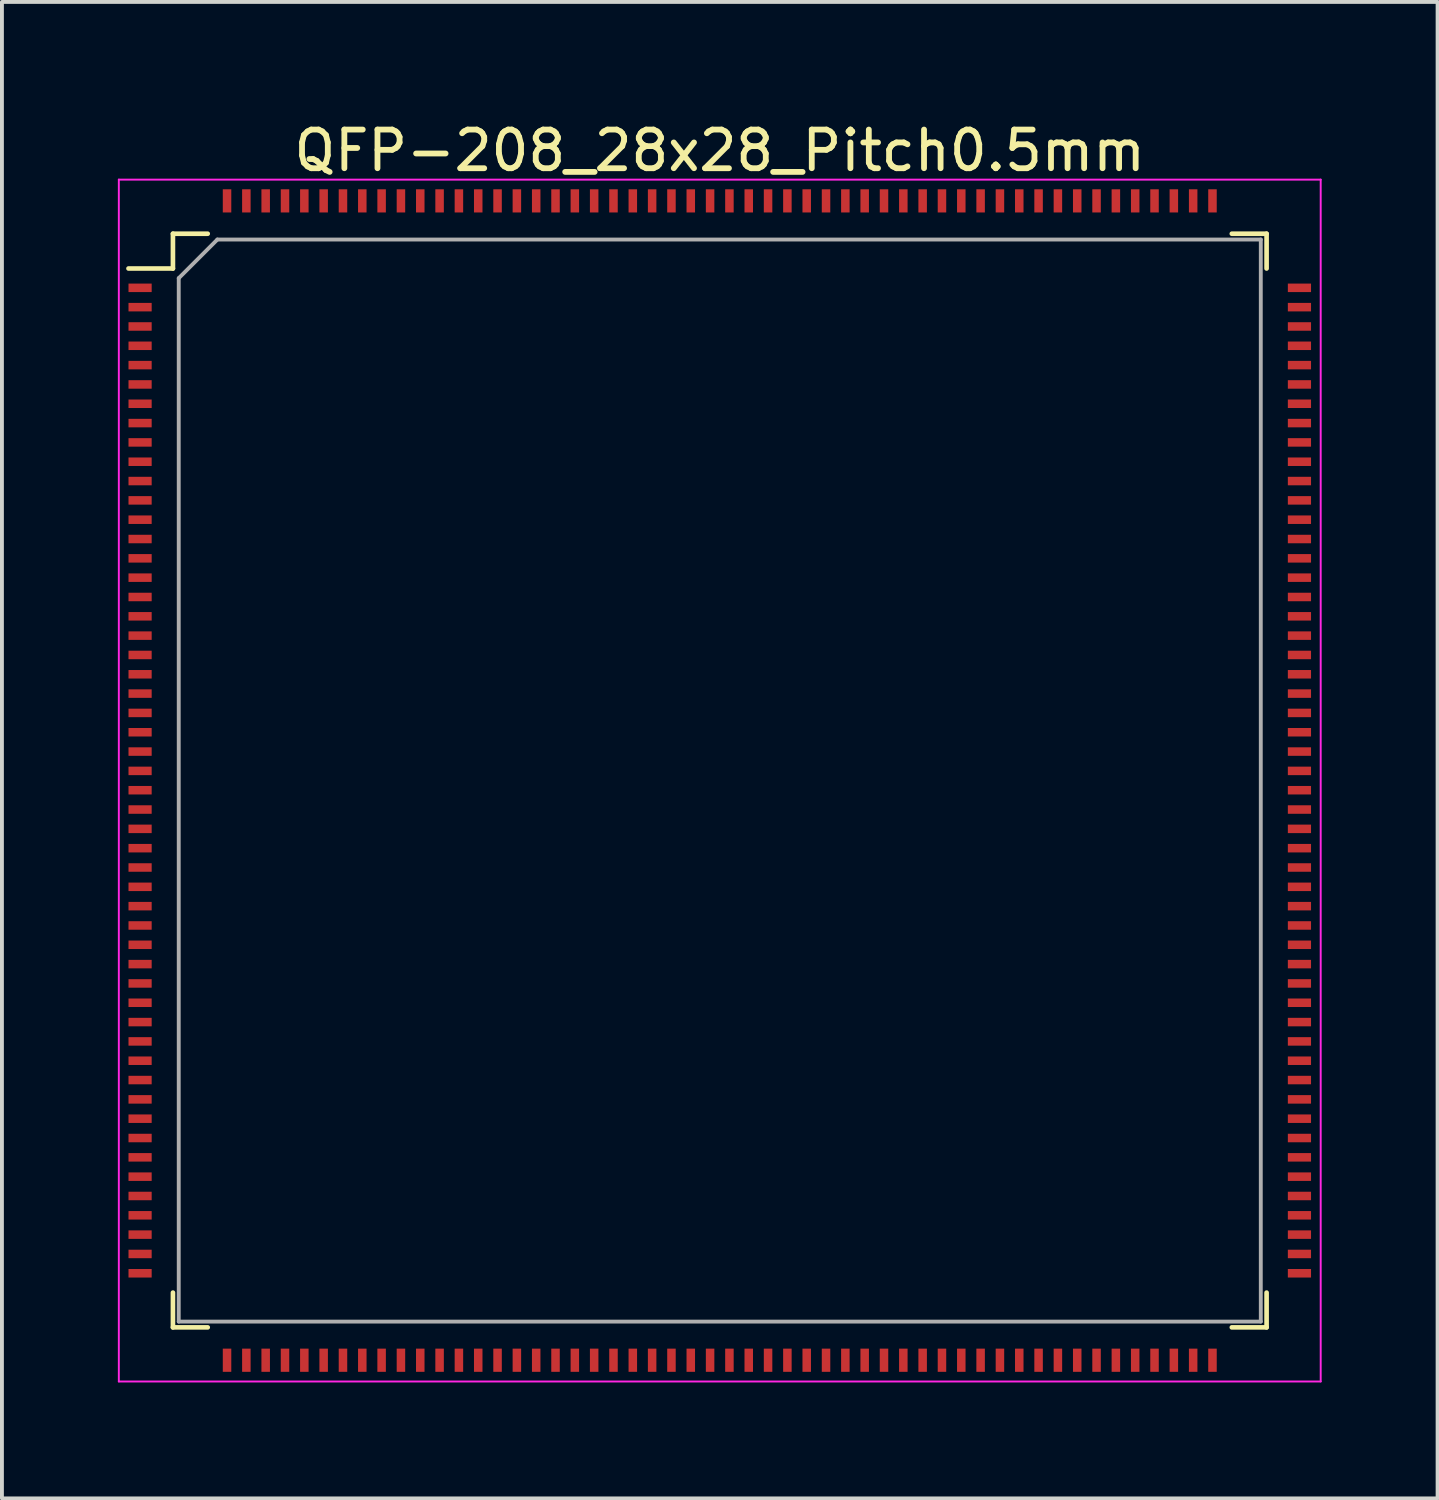
<source format=kicad_pcb>
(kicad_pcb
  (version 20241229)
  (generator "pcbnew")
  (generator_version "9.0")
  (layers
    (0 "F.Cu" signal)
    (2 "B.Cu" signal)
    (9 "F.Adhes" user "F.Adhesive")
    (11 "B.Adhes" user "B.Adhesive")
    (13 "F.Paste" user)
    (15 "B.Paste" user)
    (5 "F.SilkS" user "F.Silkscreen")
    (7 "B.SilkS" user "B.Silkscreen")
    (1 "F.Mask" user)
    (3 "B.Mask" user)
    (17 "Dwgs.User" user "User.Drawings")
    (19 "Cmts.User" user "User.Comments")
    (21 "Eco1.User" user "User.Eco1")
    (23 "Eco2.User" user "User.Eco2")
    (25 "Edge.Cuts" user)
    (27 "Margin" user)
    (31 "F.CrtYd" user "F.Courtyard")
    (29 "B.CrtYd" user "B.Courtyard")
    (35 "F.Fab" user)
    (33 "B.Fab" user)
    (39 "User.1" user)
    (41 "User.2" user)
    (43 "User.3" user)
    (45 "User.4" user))
  (footprint "QFP-208_28x28_Pitch0.5mm"
    (layer "F.Cu")
    (at 15.575 17.148)
    (property "Reference" "QFP-208_28x28_Pitch0.5mm" (at 0 -16.3 0) (layer "F.SilkS") (effects (font (size 1 1) (thickness 0.15))))
    (attr through_hole)
    (fp_line (start -14.15 -14.15) (end -14.15 -13.25) (stroke (width 0.12) (type solid)) (layer "F.SilkS"))
    (fp_line (start -14.15 -13.25) (end -15.3 -13.25) (stroke (width 0.12) (type solid)) (layer "F.SilkS"))
    (fp_line (start -14.15 14.15) (end -14.15 13.25) (stroke (width 0.12) (type solid)) (layer "F.SilkS"))
    (fp_line (start -13.25 -14.15) (end -14.15 -14.15) (stroke (width 0.12) (type solid)) (layer "F.SilkS"))
    (fp_line (start -13.25 14.15) (end -14.15 14.15) (stroke (width 0.12) (type solid)) (layer "F.SilkS"))
    (fp_line (start 13.25 -14.15) (end 14.15 -14.15) (stroke (width 0.12) (type solid)) (layer "F.SilkS"))
    (fp_line (start 13.25 14.15) (end 14.15 14.15) (stroke (width 0.12) (type solid)) (layer "F.SilkS"))
    (fp_line (start 14.15 -14.15) (end 14.15 -13.25) (stroke (width 0.12) (type solid)) (layer "F.SilkS"))
    (fp_line (start 14.15 14.15) (end 14.15 13.25) (stroke (width 0.12) (type solid)) (layer "F.SilkS"))
    (fp_line (start -15.55 -15.55) (end 15.55 -15.55) (stroke (width 0.05) (type solid)) (layer "F.CrtYd"))
    (fp_line (start -15.55 15.55) (end -15.55 -15.55) (stroke (width 0.05) (type solid)) (layer "F.CrtYd"))
    (fp_line (start 15.55 -15.55) (end 15.55 15.55) (stroke (width 0.05) (type solid)) (layer "F.CrtYd"))
    (fp_line (start 15.55 15.55) (end -15.55 15.55) (stroke (width 0.05) (type solid)) (layer "F.CrtYd"))
    (fp_line (start -14 -13) (end -14 14) (stroke (width 0.1) (type solid)) (layer "F.Fab"))
    (fp_line (start -14 14) (end 14 14) (stroke (width 0.1) (type solid)) (layer "F.Fab"))
    (fp_line (start -13 -14) (end -14 -13) (stroke (width 0.1) (type solid)) (layer "F.Fab"))
    (fp_line (start 14 -14) (end -13 -14) (stroke (width 0.1) (type solid)) (layer "F.Fab"))
    (fp_line (start 14 14) (end 14 -14) (stroke (width 0.1) (type solid)) (layer "F.Fab"))
    (pad "1" smd rect (at -15 -12.75 90) (size 0.22 0.6) (layers "F.Cu" "F.Mask" "F.Paste"))
    (pad "2" smd rect (at -15 -12.25 90) (size 0.22 0.6) (layers "F.Cu" "F.Mask" "F.Paste"))
    (pad "3" smd rect (at -15 -11.75 90) (size 0.22 0.6) (layers "F.Cu" "F.Mask" "F.Paste"))
    (pad "4" smd rect (at -15 -11.25 90) (size 0.22 0.6) (layers "F.Cu" "F.Mask" "F.Paste"))
    (pad "5" smd rect (at -15 -10.75 90) (size 0.22 0.6) (layers "F.Cu" "F.Mask" "F.Paste"))
    (pad "6" smd rect (at -15 -10.25 90) (size 0.22 0.6) (layers "F.Cu" "F.Mask" "F.Paste"))
    (pad "7" smd rect (at -15 -9.75 90) (size 0.22 0.6) (layers "F.Cu" "F.Mask" "F.Paste"))
    (pad "8" smd rect (at -15 -9.25 90) (size 0.22 0.6) (layers "F.Cu" "F.Mask" "F.Paste"))
    (pad "9" smd rect (at -15 -8.75 90) (size 0.22 0.6) (layers "F.Cu" "F.Mask" "F.Paste"))
    (pad "10" smd rect (at -15 -8.25 90) (size 0.22 0.6) (layers "F.Cu" "F.Mask" "F.Paste"))
    (pad "11" smd rect (at -15 -7.75 90) (size 0.22 0.6) (layers "F.Cu" "F.Mask" "F.Paste"))
    (pad "12" smd rect (at -15 -7.25 90) (size 0.22 0.6) (layers "F.Cu" "F.Mask" "F.Paste"))
    (pad "13" smd rect (at -15 -6.75 90) (size 0.22 0.6) (layers "F.Cu" "F.Mask" "F.Paste"))
    (pad "14" smd rect (at -15 -6.25 90) (size 0.22 0.6) (layers "F.Cu" "F.Mask" "F.Paste"))
    (pad "15" smd rect (at -15 -5.75 90) (size 0.22 0.6) (layers "F.Cu" "F.Mask" "F.Paste"))
    (pad "16" smd rect (at -15 -5.25 90) (size 0.22 0.6) (layers "F.Cu" "F.Mask" "F.Paste"))
    (pad "17" smd rect (at -15 -4.75 90) (size 0.22 0.6) (layers "F.Cu" "F.Mask" "F.Paste"))
    (pad "18" smd rect (at -15 -4.25 90) (size 0.22 0.6) (layers "F.Cu" "F.Mask" "F.Paste"))
    (pad "19" smd rect (at -15 -3.75 90) (size 0.22 0.6) (layers "F.Cu" "F.Mask" "F.Paste"))
    (pad "20" smd rect (at -15 -3.25 90) (size 0.22 0.6) (layers "F.Cu" "F.Mask" "F.Paste"))
    (pad "21" smd rect (at -15 -2.75 90) (size 0.22 0.6) (layers "F.Cu" "F.Mask" "F.Paste"))
    (pad "22" smd rect (at -15 -2.25 90) (size 0.22 0.6) (layers "F.Cu" "F.Mask" "F.Paste"))
    (pad "23" smd rect (at -15 -1.75 90) (size 0.22 0.6) (layers "F.Cu" "F.Mask" "F.Paste"))
    (pad "24" smd rect (at -15 -1.25 90) (size 0.22 0.6) (layers "F.Cu" "F.Mask" "F.Paste"))
    (pad "25" smd rect (at -15 -0.75 90) (size 0.22 0.6) (layers "F.Cu" "F.Mask" "F.Paste"))
    (pad "26" smd rect (at -15 -0.25 90) (size 0.22 0.6) (layers "F.Cu" "F.Mask" "F.Paste"))
    (pad "27" smd rect (at -15 0.25 90) (size 0.22 0.6) (layers "F.Cu" "F.Mask" "F.Paste"))
    (pad "28" smd rect (at -15 0.75 90) (size 0.22 0.6) (layers "F.Cu" "F.Mask" "F.Paste"))
    (pad "29" smd rect (at -15 1.25 90) (size 0.22 0.6) (layers "F.Cu" "F.Mask" "F.Paste"))
    (pad "30" smd rect (at -15 1.75 90) (size 0.22 0.6) (layers "F.Cu" "F.Mask" "F.Paste"))
    (pad "31" smd rect (at -15 2.25 90) (size 0.22 0.6) (layers "F.Cu" "F.Mask" "F.Paste"))
    (pad "32" smd rect (at -15 2.75 90) (size 0.22 0.6) (layers "F.Cu" "F.Mask" "F.Paste"))
    (pad "33" smd rect (at -15 3.25 90) (size 0.22 0.6) (layers "F.Cu" "F.Mask" "F.Paste"))
    (pad "34" smd rect (at -15 3.75 90) (size 0.22 0.6) (layers "F.Cu" "F.Mask" "F.Paste"))
    (pad "35" smd rect (at -15 4.25 90) (size 0.22 0.6) (layers "F.Cu" "F.Mask" "F.Paste"))
    (pad "36" smd rect (at -15 4.75 90) (size 0.22 0.6) (layers "F.Cu" "F.Mask" "F.Paste"))
    (pad "37" smd rect (at -15 5.25 90) (size 0.22 0.6) (layers "F.Cu" "F.Mask" "F.Paste"))
    (pad "38" smd rect (at -15 5.75 90) (size 0.22 0.6) (layers "F.Cu" "F.Mask" "F.Paste"))
    (pad "39" smd rect (at -15 6.25 90) (size 0.22 0.6) (layers "F.Cu" "F.Mask" "F.Paste"))
    (pad "40" smd rect (at -15 6.75 90) (size 0.22 0.6) (layers "F.Cu" "F.Mask" "F.Paste"))
    (pad "41" smd rect (at -15 7.25 90) (size 0.22 0.6) (layers "F.Cu" "F.Mask" "F.Paste"))
    (pad "42" smd rect (at -15 7.75 90) (size 0.22 0.6) (layers "F.Cu" "F.Mask" "F.Paste"))
    (pad "43" smd rect (at -15 8.25 90) (size 0.22 0.6) (layers "F.Cu" "F.Mask" "F.Paste"))
    (pad "44" smd rect (at -15 8.75 90) (size 0.22 0.6) (layers "F.Cu" "F.Mask" "F.Paste"))
    (pad "45" smd rect (at -15 9.25 90) (size 0.22 0.6) (layers "F.Cu" "F.Mask" "F.Paste"))
    (pad "46" smd rect (at -15 9.75 90) (size 0.22 0.6) (layers "F.Cu" "F.Mask" "F.Paste"))
    (pad "47" smd rect (at -15 10.25 90) (size 0.22 0.6) (layers "F.Cu" "F.Mask" "F.Paste"))
    (pad "48" smd rect (at -15 10.75 90) (size 0.22 0.6) (layers "F.Cu" "F.Mask" "F.Paste"))
    (pad "49" smd rect (at -15 11.25 90) (size 0.22 0.6) (layers "F.Cu" "F.Mask" "F.Paste"))
    (pad "50" smd rect (at -15 11.75 90) (size 0.22 0.6) (layers "F.Cu" "F.Mask" "F.Paste"))
    (pad "51" smd rect (at -15 12.25 90) (size 0.22 0.6) (layers "F.Cu" "F.Mask" "F.Paste"))
    (pad "52" smd rect (at -15 12.75 90) (size 0.22 0.6) (layers "F.Cu" "F.Mask" "F.Paste"))
    (pad "53" smd rect (at -12.75 15) (size 0.22 0.6) (layers "F.Cu" "F.Mask" "F.Paste"))
    (pad "54" smd rect (at -12.25 15) (size 0.22 0.6) (layers "F.Cu" "F.Mask" "F.Paste"))
    (pad "55" smd rect (at -11.75 15) (size 0.22 0.6) (layers "F.Cu" "F.Mask" "F.Paste"))
    (pad "56" smd rect (at -11.25 15) (size 0.22 0.6) (layers "F.Cu" "F.Mask" "F.Paste"))
    (pad "57" smd rect (at -10.75 15) (size 0.22 0.6) (layers "F.Cu" "F.Mask" "F.Paste"))
    (pad "58" smd rect (at -10.25 15) (size 0.22 0.6) (layers "F.Cu" "F.Mask" "F.Paste"))
    (pad "59" smd rect (at -9.75 15) (size 0.22 0.6) (layers "F.Cu" "F.Mask" "F.Paste"))
    (pad "60" smd rect (at -9.25 15) (size 0.22 0.6) (layers "F.Cu" "F.Mask" "F.Paste"))
    (pad "61" smd rect (at -8.75 15) (size 0.22 0.6) (layers "F.Cu" "F.Mask" "F.Paste"))
    (pad "62" smd rect (at -8.25 15) (size 0.22 0.6) (layers "F.Cu" "F.Mask" "F.Paste"))
    (pad "63" smd rect (at -7.75 15) (size 0.22 0.6) (layers "F.Cu" "F.Mask" "F.Paste"))
    (pad "64" smd rect (at -7.25 15) (size 0.22 0.6) (layers "F.Cu" "F.Mask" "F.Paste"))
    (pad "65" smd rect (at -6.75 15) (size 0.22 0.6) (layers "F.Cu" "F.Mask" "F.Paste"))
    (pad "66" smd rect (at -6.25 15) (size 0.22 0.6) (layers "F.Cu" "F.Mask" "F.Paste"))
    (pad "67" smd rect (at -5.75 15) (size 0.22 0.6) (layers "F.Cu" "F.Mask" "F.Paste"))
    (pad "68" smd rect (at -5.25 15) (size 0.22 0.6) (layers "F.Cu" "F.Mask" "F.Paste"))
    (pad "69" smd rect (at -4.75 15) (size 0.22 0.6) (layers "F.Cu" "F.Mask" "F.Paste"))
    (pad "70" smd rect (at -4.25 15) (size 0.22 0.6) (layers "F.Cu" "F.Mask" "F.Paste"))
    (pad "71" smd rect (at -3.75 15) (size 0.22 0.6) (layers "F.Cu" "F.Mask" "F.Paste"))
    (pad "72" smd rect (at -3.25 15) (size 0.22 0.6) (layers "F.Cu" "F.Mask" "F.Paste"))
    (pad "73" smd rect (at -2.75 15) (size 0.22 0.6) (layers "F.Cu" "F.Mask" "F.Paste"))
    (pad "74" smd rect (at -2.25 15) (size 0.22 0.6) (layers "F.Cu" "F.Mask" "F.Paste"))
    (pad "75" smd rect (at -1.75 15) (size 0.22 0.6) (layers "F.Cu" "F.Mask" "F.Paste"))
    (pad "76" smd rect (at -1.25 15) (size 0.22 0.6) (layers "F.Cu" "F.Mask" "F.Paste"))
    (pad "77" smd rect (at -0.75 15) (size 0.22 0.6) (layers "F.Cu" "F.Mask" "F.Paste"))
    (pad "78" smd rect (at -0.25 15) (size 0.22 0.6) (layers "F.Cu" "F.Mask" "F.Paste"))
    (pad "79" smd rect (at 0.25 15) (size 0.22 0.6) (layers "F.Cu" "F.Mask" "F.Paste"))
    (pad "80" smd rect (at 0.75 15) (size 0.22 0.6) (layers "F.Cu" "F.Mask" "F.Paste"))
    (pad "81" smd rect (at 1.25 15) (size 0.22 0.6) (layers "F.Cu" "F.Mask" "F.Paste"))
    (pad "82" smd rect (at 1.75 15) (size 0.22 0.6) (layers "F.Cu" "F.Mask" "F.Paste"))
    (pad "83" smd rect (at 2.25 15) (size 0.22 0.6) (layers "F.Cu" "F.Mask" "F.Paste"))
    (pad "84" smd rect (at 2.75 15) (size 0.22 0.6) (layers "F.Cu" "F.Mask" "F.Paste"))
    (pad "85" smd rect (at 3.25 15) (size 0.22 0.6) (layers "F.Cu" "F.Mask" "F.Paste"))
    (pad "86" smd rect (at 3.75 15) (size 0.22 0.6) (layers "F.Cu" "F.Mask" "F.Paste"))
    (pad "87" smd rect (at 4.25 15) (size 0.22 0.6) (layers "F.Cu" "F.Mask" "F.Paste"))
    (pad "88" smd rect (at 4.75 15) (size 0.22 0.6) (layers "F.Cu" "F.Mask" "F.Paste"))
    (pad "89" smd rect (at 5.25 15) (size 0.22 0.6) (layers "F.Cu" "F.Mask" "F.Paste"))
    (pad "90" smd rect (at 5.75 15) (size 0.22 0.6) (layers "F.Cu" "F.Mask" "F.Paste"))
    (pad "91" smd rect (at 6.25 15) (size 0.22 0.6) (layers "F.Cu" "F.Mask" "F.Paste"))
    (pad "92" smd rect (at 6.75 15) (size 0.22 0.6) (layers "F.Cu" "F.Mask" "F.Paste"))
    (pad "93" smd rect (at 7.25 15) (size 0.22 0.6) (layers "F.Cu" "F.Mask" "F.Paste"))
    (pad "94" smd rect (at 7.75 15) (size 0.22 0.6) (layers "F.Cu" "F.Mask" "F.Paste"))
    (pad "95" smd rect (at 8.25 15) (size 0.22 0.6) (layers "F.Cu" "F.Mask" "F.Paste"))
    (pad "96" smd rect (at 8.75 15) (size 0.22 0.6) (layers "F.Cu" "F.Mask" "F.Paste"))
    (pad "97" smd rect (at 9.25 15) (size 0.22 0.6) (layers "F.Cu" "F.Mask" "F.Paste"))
    (pad "98" smd rect (at 9.75 15) (size 0.22 0.6) (layers "F.Cu" "F.Mask" "F.Paste"))
    (pad "99" smd rect (at 10.25 15) (size 0.22 0.6) (layers "F.Cu" "F.Mask" "F.Paste"))
    (pad "100" smd rect (at 10.75 15) (size 0.22 0.6) (layers "F.Cu" "F.Mask" "F.Paste"))
    (pad "101" smd rect (at 11.25 15) (size 0.22 0.6) (layers "F.Cu" "F.Mask" "F.Paste"))
    (pad "102" smd rect (at 11.75 15) (size 0.22 0.6) (layers "F.Cu" "F.Mask" "F.Paste"))
    (pad "103" smd rect (at 12.25 15) (size 0.22 0.6) (layers "F.Cu" "F.Mask" "F.Paste"))
    (pad "104" smd rect (at 12.75 15) (size 0.22 0.6) (layers "F.Cu" "F.Mask" "F.Paste"))
    (pad "105" smd rect (at 15 12.75 90) (size 0.22 0.6) (layers "F.Cu" "F.Mask" "F.Paste"))
    (pad "106" smd rect (at 15 12.25 90) (size 0.22 0.6) (layers "F.Cu" "F.Mask" "F.Paste"))
    (pad "107" smd rect (at 15 11.75 90) (size 0.22 0.6) (layers "F.Cu" "F.Mask" "F.Paste"))
    (pad "108" smd rect (at 15 11.25 90) (size 0.22 0.6) (layers "F.Cu" "F.Mask" "F.Paste"))
    (pad "109" smd rect (at 15 10.75 90) (size 0.22 0.6) (layers "F.Cu" "F.Mask" "F.Paste"))
    (pad "110" smd rect (at 15 10.25 90) (size 0.22 0.6) (layers "F.Cu" "F.Mask" "F.Paste"))
    (pad "111" smd rect (at 15 9.75 90) (size 0.22 0.6) (layers "F.Cu" "F.Mask" "F.Paste"))
    (pad "112" smd rect (at 15 9.25 90) (size 0.22 0.6) (layers "F.Cu" "F.Mask" "F.Paste"))
    (pad "113" smd rect (at 15 8.75 90) (size 0.22 0.6) (layers "F.Cu" "F.Mask" "F.Paste"))
    (pad "114" smd rect (at 15 8.25 90) (size 0.22 0.6) (layers "F.Cu" "F.Mask" "F.Paste"))
    (pad "115" smd rect (at 15 7.75 90) (size 0.22 0.6) (layers "F.Cu" "F.Mask" "F.Paste"))
    (pad "116" smd rect (at 15 7.25 90) (size 0.22 0.6) (layers "F.Cu" "F.Mask" "F.Paste"))
    (pad "117" smd rect (at 15 6.75 90) (size 0.22 0.6) (layers "F.Cu" "F.Mask" "F.Paste"))
    (pad "118" smd rect (at 15 6.25 90) (size 0.22 0.6) (layers "F.Cu" "F.Mask" "F.Paste"))
    (pad "119" smd rect (at 15 5.75 90) (size 0.22 0.6) (layers "F.Cu" "F.Mask" "F.Paste"))
    (pad "120" smd rect (at 15 5.25 90) (size 0.22 0.6) (layers "F.Cu" "F.Mask" "F.Paste"))
    (pad "121" smd rect (at 15 4.75 90) (size 0.22 0.6) (layers "F.Cu" "F.Mask" "F.Paste"))
    (pad "122" smd rect (at 15 4.25 90) (size 0.22 0.6) (layers "F.Cu" "F.Mask" "F.Paste"))
    (pad "123" smd rect (at 15 3.75 90) (size 0.22 0.6) (layers "F.Cu" "F.Mask" "F.Paste"))
    (pad "124" smd rect (at 15 3.25 90) (size 0.22 0.6) (layers "F.Cu" "F.Mask" "F.Paste"))
    (pad "125" smd rect (at 15 2.75 90) (size 0.22 0.6) (layers "F.Cu" "F.Mask" "F.Paste"))
    (pad "126" smd rect (at 15 2.25 90) (size 0.22 0.6) (layers "F.Cu" "F.Mask" "F.Paste"))
    (pad "127" smd rect (at 15 1.75 90) (size 0.22 0.6) (layers "F.Cu" "F.Mask" "F.Paste"))
    (pad "128" smd rect (at 15 1.25 90) (size 0.22 0.6) (layers "F.Cu" "F.Mask" "F.Paste"))
    (pad "129" smd rect (at 15 0.75 90) (size 0.22 0.6) (layers "F.Cu" "F.Mask" "F.Paste"))
    (pad "130" smd rect (at 15 0.25 90) (size 0.22 0.6) (layers "F.Cu" "F.Mask" "F.Paste"))
    (pad "131" smd rect (at 15 -0.25 90) (size 0.22 0.6) (layers "F.Cu" "F.Mask" "F.Paste"))
    (pad "132" smd rect (at 15 -0.75 90) (size 0.22 0.6) (layers "F.Cu" "F.Mask" "F.Paste"))
    (pad "133" smd rect (at 15 -1.25 90) (size 0.22 0.6) (layers "F.Cu" "F.Mask" "F.Paste"))
    (pad "134" smd rect (at 15 -1.75 90) (size 0.22 0.6) (layers "F.Cu" "F.Mask" "F.Paste"))
    (pad "135" smd rect (at 15 -2.25 90) (size 0.22 0.6) (layers "F.Cu" "F.Mask" "F.Paste"))
    (pad "136" smd rect (at 15 -2.75 90) (size 0.22 0.6) (layers "F.Cu" "F.Mask" "F.Paste"))
    (pad "137" smd rect (at 15 -3.25 90) (size 0.22 0.6) (layers "F.Cu" "F.Mask" "F.Paste"))
    (pad "138" smd rect (at 15 -3.75 90) (size 0.22 0.6) (layers "F.Cu" "F.Mask" "F.Paste"))
    (pad "139" smd rect (at 15 -4.25 90) (size 0.22 0.6) (layers "F.Cu" "F.Mask" "F.Paste"))
    (pad "140" smd rect (at 15 -4.75 90) (size 0.22 0.6) (layers "F.Cu" "F.Mask" "F.Paste"))
    (pad "141" smd rect (at 15 -5.25 90) (size 0.22 0.6) (layers "F.Cu" "F.Mask" "F.Paste"))
    (pad "142" smd rect (at 15 -5.75 90) (size 0.22 0.6) (layers "F.Cu" "F.Mask" "F.Paste"))
    (pad "143" smd rect (at 15 -6.25 90) (size 0.22 0.6) (layers "F.Cu" "F.Mask" "F.Paste"))
    (pad "144" smd rect (at 15 -6.75 90) (size 0.22 0.6) (layers "F.Cu" "F.Mask" "F.Paste"))
    (pad "145" smd rect (at 15 -7.25 90) (size 0.22 0.6) (layers "F.Cu" "F.Mask" "F.Paste"))
    (pad "146" smd rect (at 15 -7.75 90) (size 0.22 0.6) (layers "F.Cu" "F.Mask" "F.Paste"))
    (pad "147" smd rect (at 15 -8.25 90) (size 0.22 0.6) (layers "F.Cu" "F.Mask" "F.Paste"))
    (pad "148" smd rect (at 15 -8.75 90) (size 0.22 0.6) (layers "F.Cu" "F.Mask" "F.Paste"))
    (pad "149" smd rect (at 15 -9.25 90) (size 0.22 0.6) (layers "F.Cu" "F.Mask" "F.Paste"))
    (pad "150" smd rect (at 15 -9.75 90) (size 0.22 0.6) (layers "F.Cu" "F.Mask" "F.Paste"))
    (pad "151" smd rect (at 15 -10.25 90) (size 0.22 0.6) (layers "F.Cu" "F.Mask" "F.Paste"))
    (pad "152" smd rect (at 15 -10.75 90) (size 0.22 0.6) (layers "F.Cu" "F.Mask" "F.Paste"))
    (pad "153" smd rect (at 15 -11.25 90) (size 0.22 0.6) (layers "F.Cu" "F.Mask" "F.Paste"))
    (pad "154" smd rect (at 15 -11.75 90) (size 0.22 0.6) (layers "F.Cu" "F.Mask" "F.Paste"))
    (pad "155" smd rect (at 15 -12.25 90) (size 0.22 0.6) (layers "F.Cu" "F.Mask" "F.Paste"))
    (pad "156" smd rect (at 15 -12.75 90) (size 0.22 0.6) (layers "F.Cu" "F.Mask" "F.Paste"))
    (pad "157" smd rect (at 12.75 -15) (size 0.22 0.6) (layers "F.Cu" "F.Mask" "F.Paste"))
    (pad "158" smd rect (at 12.25 -15) (size 0.22 0.6) (layers "F.Cu" "F.Mask" "F.Paste"))
    (pad "159" smd rect (at 11.75 -15) (size 0.22 0.6) (layers "F.Cu" "F.Mask" "F.Paste"))
    (pad "160" smd rect (at 11.25 -15) (size 0.22 0.6) (layers "F.Cu" "F.Mask" "F.Paste"))
    (pad "161" smd rect (at 10.75 -15) (size 0.22 0.6) (layers "F.Cu" "F.Mask" "F.Paste"))
    (pad "162" smd rect (at 10.25 -15) (size 0.22 0.6) (layers "F.Cu" "F.Mask" "F.Paste"))
    (pad "163" smd rect (at 9.75 -15) (size 0.22 0.6) (layers "F.Cu" "F.Mask" "F.Paste"))
    (pad "164" smd rect (at 9.25 -15) (size 0.22 0.6) (layers "F.Cu" "F.Mask" "F.Paste"))
    (pad "165" smd rect (at 8.75 -15) (size 0.22 0.6) (layers "F.Cu" "F.Mask" "F.Paste"))
    (pad "166" smd rect (at 8.25 -15) (size 0.22 0.6) (layers "F.Cu" "F.Mask" "F.Paste"))
    (pad "167" smd rect (at 7.75 -15) (size 0.22 0.6) (layers "F.Cu" "F.Mask" "F.Paste"))
    (pad "168" smd rect (at 7.25 -15) (size 0.22 0.6) (layers "F.Cu" "F.Mask" "F.Paste"))
    (pad "169" smd rect (at 6.75 -15) (size 0.22 0.6) (layers "F.Cu" "F.Mask" "F.Paste"))
    (pad "170" smd rect (at 6.25 -15) (size 0.22 0.6) (layers "F.Cu" "F.Mask" "F.Paste"))
    (pad "171" smd rect (at 5.75 -15) (size 0.22 0.6) (layers "F.Cu" "F.Mask" "F.Paste"))
    (pad "172" smd rect (at 5.25 -15) (size 0.22 0.6) (layers "F.Cu" "F.Mask" "F.Paste"))
    (pad "173" smd rect (at 4.75 -15) (size 0.22 0.6) (layers "F.Cu" "F.Mask" "F.Paste"))
    (pad "174" smd rect (at 4.25 -15) (size 0.22 0.6) (layers "F.Cu" "F.Mask" "F.Paste"))
    (pad "175" smd rect (at 3.75 -15) (size 0.22 0.6) (layers "F.Cu" "F.Mask" "F.Paste"))
    (pad "176" smd rect (at 3.25 -15) (size 0.22 0.6) (layers "F.Cu" "F.Mask" "F.Paste"))
    (pad "177" smd rect (at 2.75 -15) (size 0.22 0.6) (layers "F.Cu" "F.Mask" "F.Paste"))
    (pad "178" smd rect (at 2.25 -15) (size 0.22 0.6) (layers "F.Cu" "F.Mask" "F.Paste"))
    (pad "179" smd rect (at 1.75 -15) (size 0.22 0.6) (layers "F.Cu" "F.Mask" "F.Paste"))
    (pad "180" smd rect (at 1.25 -15) (size 0.22 0.6) (layers "F.Cu" "F.Mask" "F.Paste"))
    (pad "181" smd rect (at 0.75 -15) (size 0.22 0.6) (layers "F.Cu" "F.Mask" "F.Paste"))
    (pad "182" smd rect (at 0.25 -15) (size 0.22 0.6) (layers "F.Cu" "F.Mask" "F.Paste"))
    (pad "183" smd rect (at -0.25 -15) (size 0.22 0.6) (layers "F.Cu" "F.Mask" "F.Paste"))
    (pad "184" smd rect (at -0.75 -15) (size 0.22 0.6) (layers "F.Cu" "F.Mask" "F.Paste"))
    (pad "185" smd rect (at -1.25 -15) (size 0.22 0.6) (layers "F.Cu" "F.Mask" "F.Paste"))
    (pad "186" smd rect (at -1.75 -15) (size 0.22 0.6) (layers "F.Cu" "F.Mask" "F.Paste"))
    (pad "187" smd rect (at -2.25 -15) (size 0.22 0.6) (layers "F.Cu" "F.Mask" "F.Paste"))
    (pad "188" smd rect (at -2.75 -15) (size 0.22 0.6) (layers "F.Cu" "F.Mask" "F.Paste"))
    (pad "189" smd rect (at -3.25 -15) (size 0.22 0.6) (layers "F.Cu" "F.Mask" "F.Paste"))
    (pad "190" smd rect (at -3.75 -15) (size 0.22 0.6) (layers "F.Cu" "F.Mask" "F.Paste"))
    (pad "191" smd rect (at -4.25 -15) (size 0.22 0.6) (layers "F.Cu" "F.Mask" "F.Paste"))
    (pad "192" smd rect (at -4.75 -15) (size 0.22 0.6) (layers "F.Cu" "F.Mask" "F.Paste"))
    (pad "193" smd rect (at -5.25 -15) (size 0.22 0.6) (layers "F.Cu" "F.Mask" "F.Paste"))
    (pad "194" smd rect (at -5.75 -15) (size 0.22 0.6) (layers "F.Cu" "F.Mask" "F.Paste"))
    (pad "195" smd rect (at -6.25 -15) (size 0.22 0.6) (layers "F.Cu" "F.Mask" "F.Paste"))
    (pad "196" smd rect (at -6.75 -15) (size 0.22 0.6) (layers "F.Cu" "F.Mask" "F.Paste"))
    (pad "197" smd rect (at -7.25 -15) (size 0.22 0.6) (layers "F.Cu" "F.Mask" "F.Paste"))
    (pad "198" smd rect (at -7.75 -15) (size 0.22 0.6) (layers "F.Cu" "F.Mask" "F.Paste"))
    (pad "199" smd rect (at -8.25 -15) (size 0.22 0.6) (layers "F.Cu" "F.Mask" "F.Paste"))
    (pad "200" smd rect (at -8.75 -15) (size 0.22 0.6) (layers "F.Cu" "F.Mask" "F.Paste"))
    (pad "201" smd rect (at -9.25 -15) (size 0.22 0.6) (layers "F.Cu" "F.Mask" "F.Paste"))
    (pad "202" smd rect (at -9.75 -15) (size 0.22 0.6) (layers "F.Cu" "F.Mask" "F.Paste"))
    (pad "203" smd rect (at -10.25 -15) (size 0.22 0.6) (layers "F.Cu" "F.Mask" "F.Paste"))
    (pad "204" smd rect (at -10.75 -15) (size 0.22 0.6) (layers "F.Cu" "F.Mask" "F.Paste"))
    (pad "205" smd rect (at -11.25 -15) (size 0.22 0.6) (layers "F.Cu" "F.Mask" "F.Paste"))
    (pad "206" smd rect (at -11.75 -15) (size 0.22 0.6) (layers "F.Cu" "F.Mask" "F.Paste"))
    (pad "207" smd rect (at -12.25 -15) (size 0.22 0.6) (layers "F.Cu" "F.Mask" "F.Paste"))
    (pad "208" smd rect (at -12.75 -15) (size 0.22 0.6) (layers "F.Cu" "F.Mask" "F.Paste")))
  (gr_rect
    (start -3 -3)
    (end 34.15 35.723)
    (stroke (width 0.1) (type default))
    (fill no)
    (layer "Edge.Cuts")))
</source>
